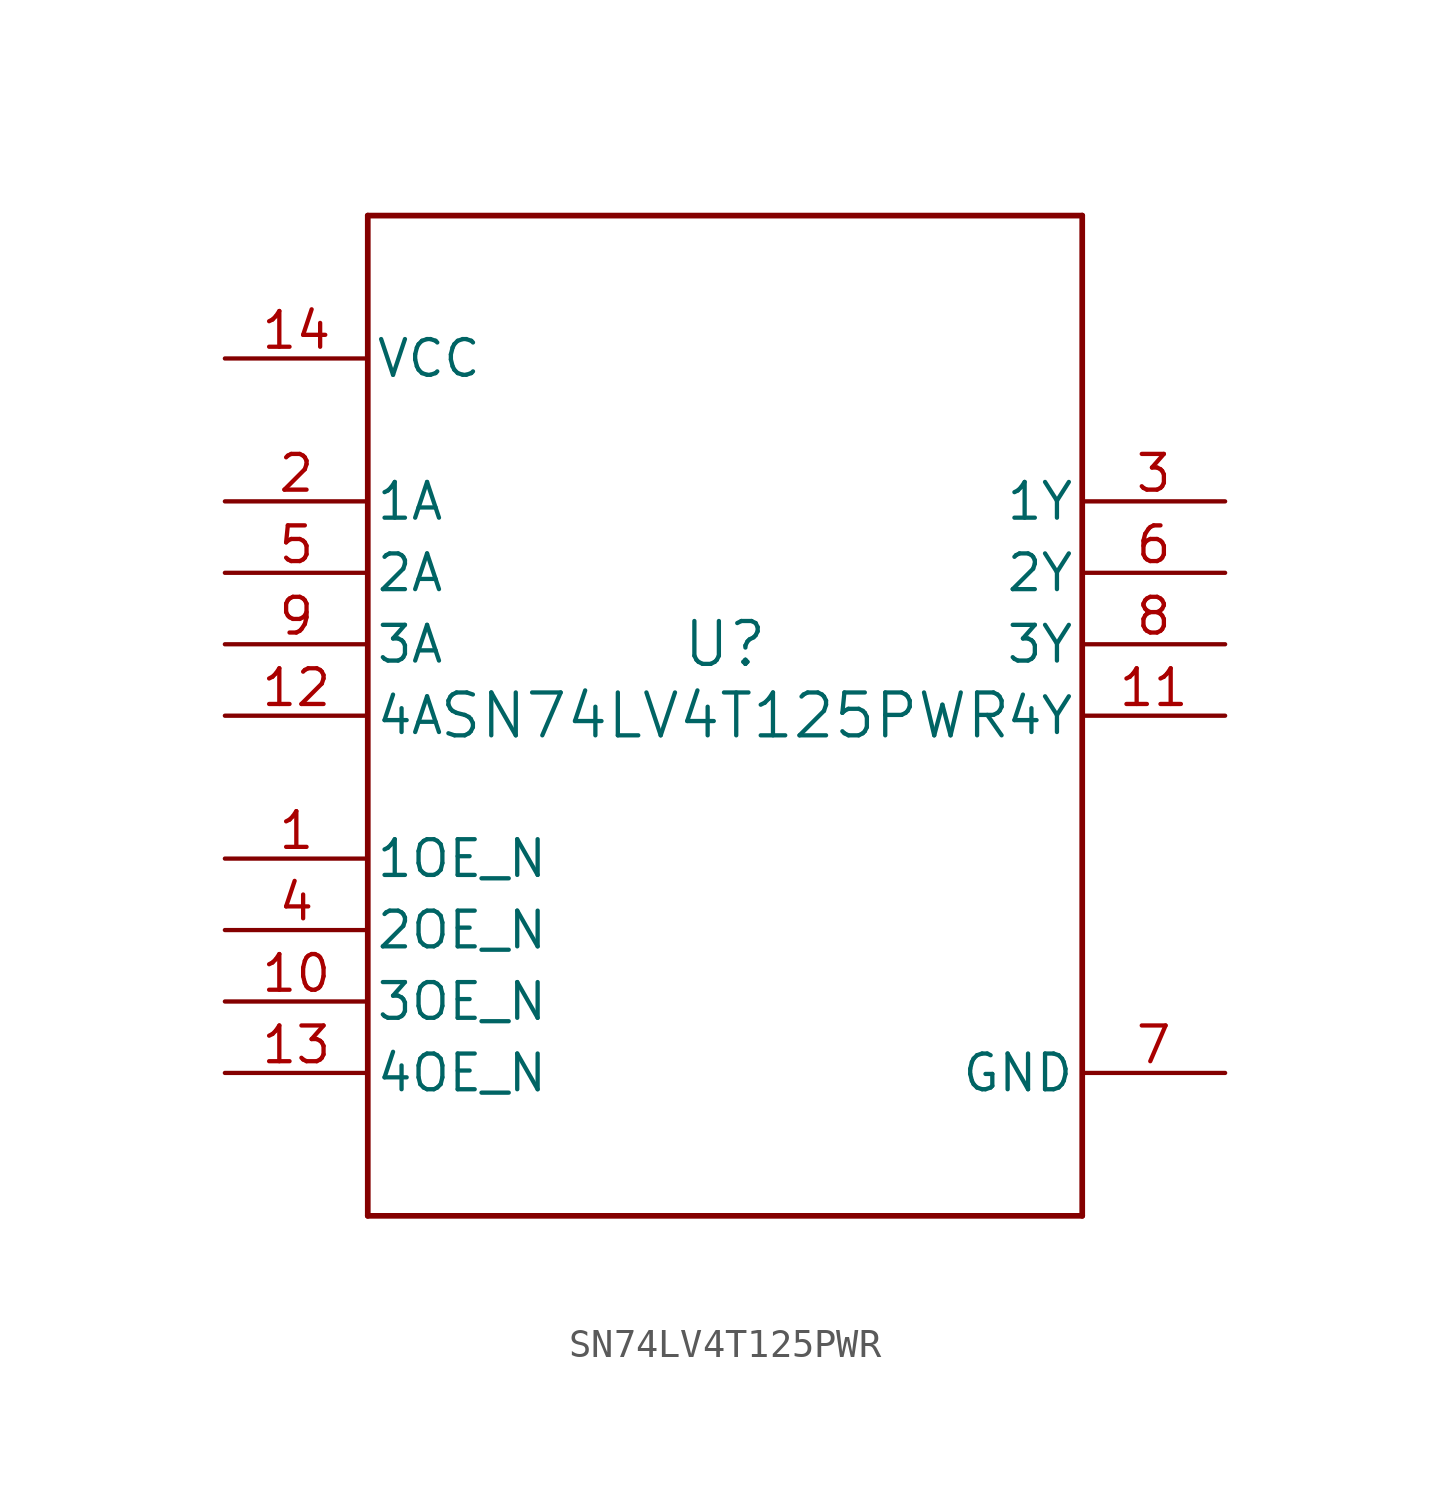
<source format=kicad_sym>
(kicad_symbol_lib
  (version 20211014)
  (generator kicad_symbol_editor)
  (symbol "SN74LV4T125PWR"
    (pin_names
      (offset 0.254))
    (property "Reference" "U"
      (at 0 2.54 0)
      (effects (font (size 1.524 1.524))))
    (property "Value" "SN74LV4T125PWR"
      (at 0 0 0)
      (effects (font (size 1.524 1.524))))
    (symbol "SN74LV4T125PWR_0_1"
      (polyline (pts (xy -12.7 -17.78) (xy 12.7 -17.78)) (stroke (width 0.203) (type default) (color 0 0 0 0)) (fill (type none)))
      (polyline (pts (xy 12.7 -17.78) (xy 12.7 17.78)) (stroke (width 0.203) (type default) (color 0 0 0 0)) (fill (type none)))
      (polyline (pts (xy 12.7 17.78) (xy -12.7 17.78)) (stroke (width 0.203) (type default) (color 0 0 0 0)) (fill (type none)))
      (polyline (pts (xy -12.7 17.78) (xy -12.7 -17.78)) (stroke (width 0.203) (type default) (color 0 0 0 0)) (fill (type none)))
      (pin input line (at -17.78 -5.08 0) (length 5.08) (name "1OE_N" (effects (font (size 1.27 1.27)))) (number "1" (effects (font (size 1.27 1.27)))))
      (pin input line (at -17.78 7.62 0) (length 5.08) (name "1A" (effects (font (size 1.27 1.27)))) (number "2" (effects (font (size 1.27 1.27)))))
      (pin tri_state line (at 17.78 7.62 180) (length 5.08) (name "1Y" (effects (font (size 1.27 1.27)))) (number "3" (effects (font (size 1.27 1.27)))))
      (pin input line (at -17.78 -7.62 0) (length 5.08) (name "2OE_N" (effects (font (size 1.27 1.27)))) (number "4" (effects (font (size 1.27 1.27)))))
      (pin input line (at -17.78 5.08 0) (length 5.08) (name "2A" (effects (font (size 1.27 1.27)))) (number "5" (effects (font (size 1.27 1.27)))))
      (pin tri_state line (at 17.78 5.08 180) (length 5.08) (name "2Y" (effects (font (size 1.27 1.27)))) (number "6" (effects (font (size 1.27 1.27)))))
      (pin power_in line (at 17.78 -12.7 180) (length 5.08) (name "GND" (effects (font (size 1.27 1.27)))) (number "7" (effects (font (size 1.27 1.27)))))
      (pin tri_state line (at 17.78 2.54 180) (length 5.08) (name "3Y" (effects (font (size 1.27 1.27)))) (number "8" (effects (font (size 1.27 1.27)))))
      (pin input line (at -17.78 2.54 0) (length 5.08) (name "3A" (effects (font (size 1.27 1.27)))) (number "9" (effects (font (size 1.27 1.27)))))
      (pin input line (at -17.78 -10.16 0) (length 5.08) (name "3OE_N" (effects (font (size 1.27 1.27)))) (number "10" (effects (font (size 1.27 1.27)))))
      (pin tri_state line (at 17.78 0 180) (length 5.08) (name "4Y" (effects (font (size 1.27 1.27)))) (number "11" (effects (font (size 1.27 1.27)))))
      (pin input line (at -17.78 0 0) (length 5.08) (name "4A" (effects (font (size 1.27 1.27)))) (number "12" (effects (font (size 1.27 1.27)))))
      (pin input line (at -17.78 -12.7 0) (length 5.08) (name "4OE_N" (effects (font (size 1.27 1.27)))) (number "13" (effects (font (size 1.27 1.27)))))
      (pin power_in line (at -17.78 12.7 0) (length 5.08) (name "VCC" (effects (font (size 1.27 1.27)))) (number "14" (effects (font (size 1.27 1.27))))))))
</source>
